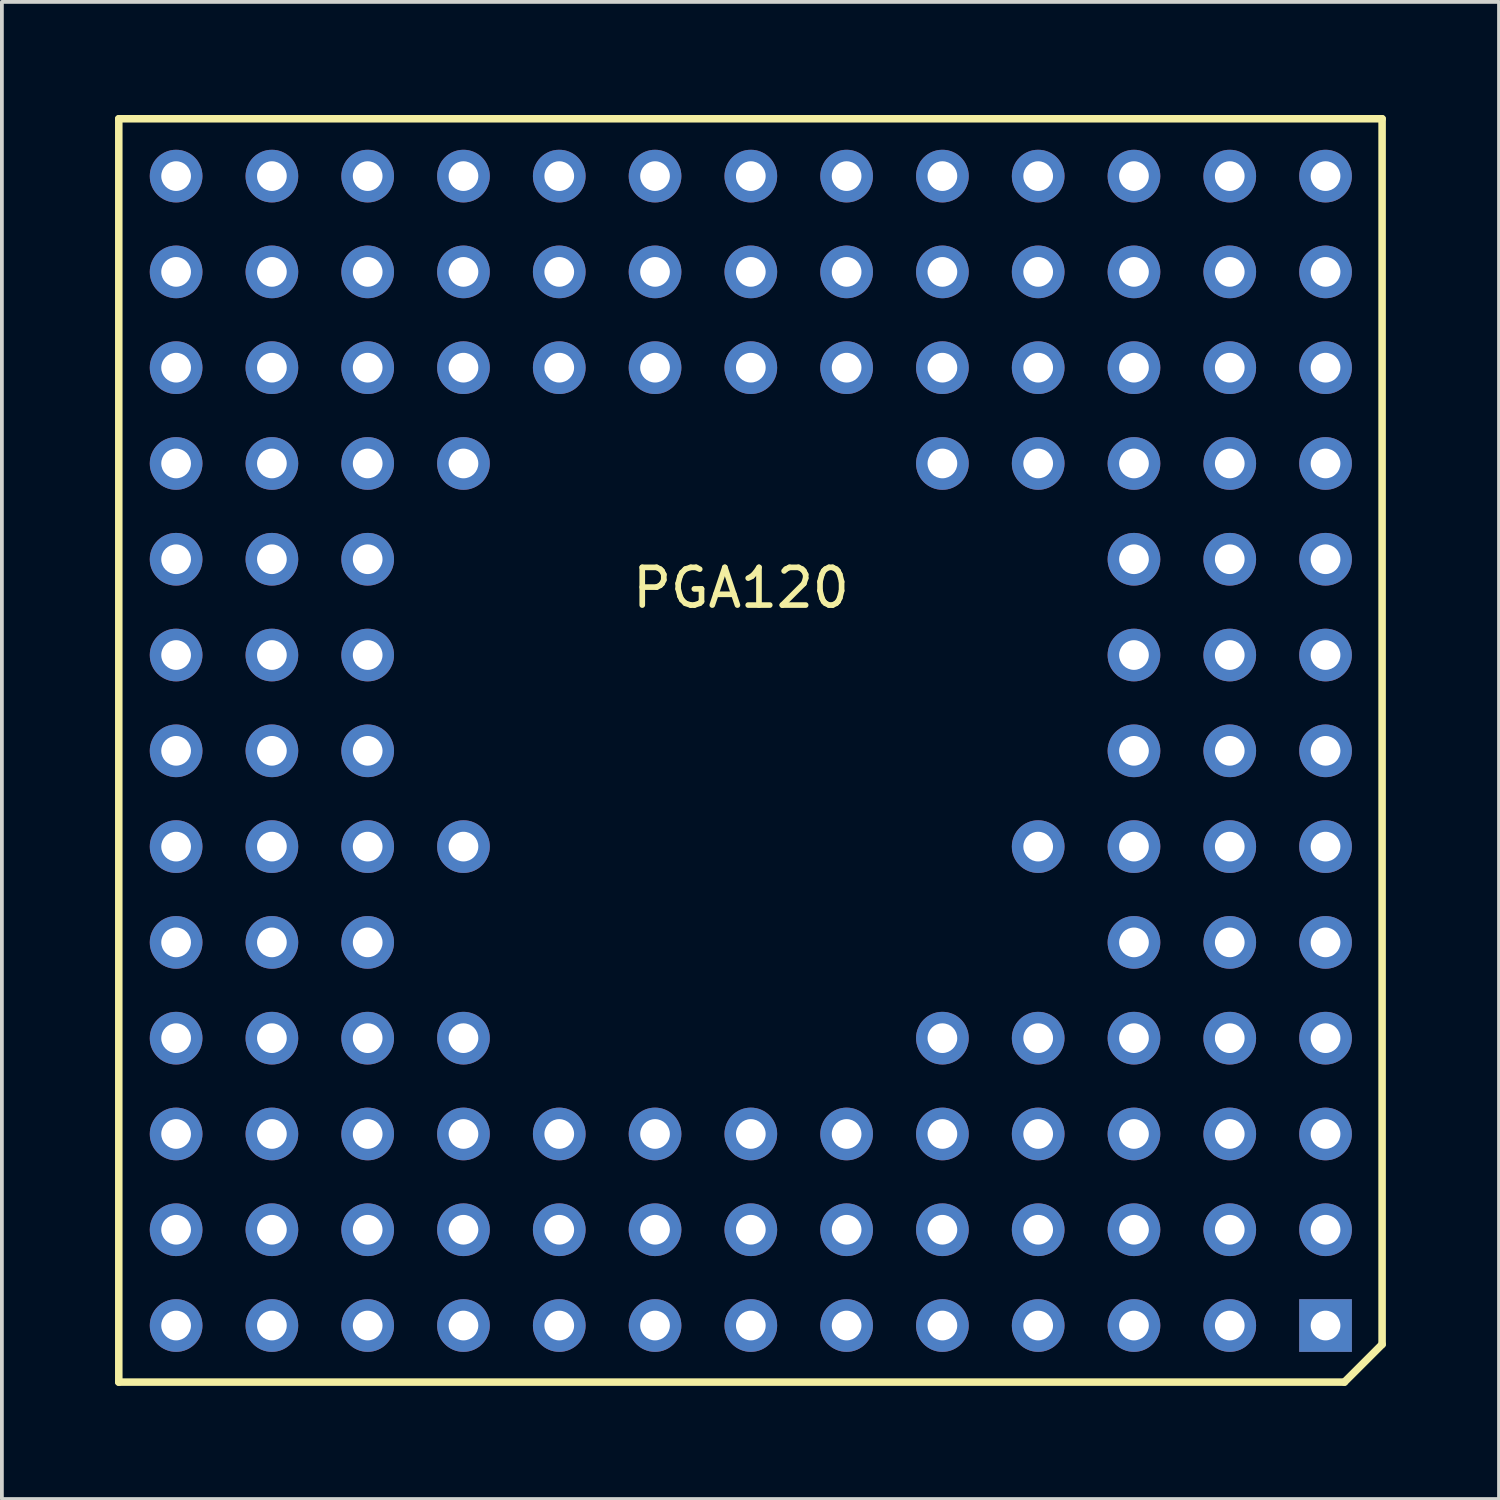
<source format=kicad_pcb>
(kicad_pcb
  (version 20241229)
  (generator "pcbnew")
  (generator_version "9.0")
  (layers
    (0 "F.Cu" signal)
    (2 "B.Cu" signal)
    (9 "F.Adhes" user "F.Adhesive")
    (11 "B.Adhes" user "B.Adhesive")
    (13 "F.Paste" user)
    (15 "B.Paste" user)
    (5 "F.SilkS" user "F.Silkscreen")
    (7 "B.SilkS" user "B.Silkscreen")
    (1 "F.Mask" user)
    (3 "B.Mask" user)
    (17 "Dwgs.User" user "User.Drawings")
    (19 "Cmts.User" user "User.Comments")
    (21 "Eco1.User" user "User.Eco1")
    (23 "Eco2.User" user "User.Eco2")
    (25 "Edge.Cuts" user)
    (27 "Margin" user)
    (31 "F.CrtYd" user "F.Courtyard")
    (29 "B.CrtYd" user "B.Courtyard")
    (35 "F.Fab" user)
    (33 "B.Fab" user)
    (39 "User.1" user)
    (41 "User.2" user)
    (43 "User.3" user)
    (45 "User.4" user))
  (footprint "PGA120"
    (layer "F.Cu")
    (at 16.6 16.35)
    (property "Reference" "PGA120" (at 0 -3.81 0) (layer "F.SilkS") (effects (font (size 1 1) (thickness 0.15))))
    (attr through_hole)
    (fp_line (start -16.5 -16.25) (end -16.5 17.25) (stroke (width 0.2) (type solid)) (layer "F.SilkS"))
    (fp_line (start -16.5 17.25) (end 16 17.25) (stroke (width 0.2) (type solid)) (layer "F.SilkS"))
    (fp_line (start 16 17.25) (end 17 16.25) (stroke (width 0.2) (type solid)) (layer "F.SilkS"))
    (fp_line (start 17 -16.25) (end -16.5 -16.25) (stroke (width 0.2) (type solid)) (layer "F.SilkS"))
    (fp_line (start 17 16.25) (end 17 -16.25) (stroke (width 0.2) (type solid)) (layer "F.SilkS"))
    (pad "A1" thru_hole rect (at 15.5 15.75 180) (size 1.397 1.397) (drill 0.787) (layers "*.Cu" "*.Mask"))
    (pad "A2" thru_hole circle (at 12.96 15.75 180) (size 1.397 1.397) (drill 0.787) (layers "*.Cu" "*.Mask"))
    (pad "A3" thru_hole circle (at 10.42 15.75 180) (size 1.397 1.397) (drill 0.787) (layers "*.Cu" "*.Mask"))
    (pad "A4" thru_hole circle (at 7.88 15.75 180) (size 1.397 1.397) (drill 0.787) (layers "*.Cu" "*.Mask"))
    (pad "A5" thru_hole circle (at 5.34 15.75 180) (size 1.397 1.397) (drill 0.787) (layers "*.Cu" "*.Mask"))
    (pad "A6" thru_hole circle (at 2.8 15.75 180) (size 1.397 1.397) (drill 0.787) (layers "*.Cu" "*.Mask"))
    (pad "A7" thru_hole circle (at 0.26 15.75 180) (size 1.397 1.397) (drill 0.787) (layers "*.Cu" "*.Mask"))
    (pad "A8" thru_hole circle (at -2.28 15.75 180) (size 1.397 1.397) (drill 0.787) (layers "*.Cu" "*.Mask"))
    (pad "A9" thru_hole circle (at -4.82 15.75 180) (size 1.397 1.397) (drill 0.787) (layers "*.Cu" "*.Mask"))
    (pad "A10" thru_hole circle (at -7.36 15.75 180) (size 1.397 1.397) (drill 0.787) (layers "*.Cu" "*.Mask"))
    (pad "A11" thru_hole circle (at -9.9 15.75 180) (size 1.397 1.397) (drill 0.787) (layers "*.Cu" "*.Mask"))
    (pad "A12" thru_hole circle (at -12.44 15.75 180) (size 1.397 1.397) (drill 0.787) (layers "*.Cu" "*.Mask"))
    (pad "A13" thru_hole circle (at -14.98 15.75 180) (size 1.397 1.397) (drill 0.787) (layers "*.Cu" "*.Mask"))
    (pad "B1" thru_hole circle (at 15.5 13.21 180) (size 1.397 1.397) (drill 0.787) (layers "*.Cu" "*.Mask"))
    (pad "B2" thru_hole circle (at 12.96 13.21 180) (size 1.397 1.397) (drill 0.787) (layers "*.Cu" "*.Mask"))
    (pad "B3" thru_hole circle (at 10.42 13.21 180) (size 1.397 1.397) (drill 0.787) (layers "*.Cu" "*.Mask"))
    (pad "B4" thru_hole circle (at 7.88 13.21 180) (size 1.397 1.397) (drill 0.787) (layers "*.Cu" "*.Mask"))
    (pad "B5" thru_hole circle (at 5.34 13.21 180) (size 1.397 1.397) (drill 0.787) (layers "*.Cu" "*.Mask"))
    (pad "B6" thru_hole circle (at 2.8 13.21 180) (size 1.397 1.397) (drill 0.787) (layers "*.Cu" "*.Mask"))
    (pad "B7" thru_hole circle (at 0.26 13.21 180) (size 1.397 1.397) (drill 0.787) (layers "*.Cu" "*.Mask"))
    (pad "B8" thru_hole circle (at -2.28 13.21 180) (size 1.397 1.397) (drill 0.787) (layers "*.Cu" "*.Mask"))
    (pad "B9" thru_hole circle (at -4.82 13.21 180) (size 1.397 1.397) (drill 0.787) (layers "*.Cu" "*.Mask"))
    (pad "B10" thru_hole circle (at -7.36 13.21 180) (size 1.397 1.397) (drill 0.787) (layers "*.Cu" "*.Mask"))
    (pad "B11" thru_hole circle (at -9.9 13.21 180) (size 1.397 1.397) (drill 0.787) (layers "*.Cu" "*.Mask"))
    (pad "B12" thru_hole circle (at -12.44 13.21 180) (size 1.397 1.397) (drill 0.787) (layers "*.Cu" "*.Mask"))
    (pad "B13" thru_hole circle (at -14.98 13.21 180) (size 1.397 1.397) (drill 0.787) (layers "*.Cu" "*.Mask"))
    (pad "C1" thru_hole circle (at 15.5 10.67 180) (size 1.397 1.397) (drill 0.787) (layers "*.Cu" "*.Mask"))
    (pad "C2" thru_hole circle (at 12.96 10.67 180) (size 1.397 1.397) (drill 0.787) (layers "*.Cu" "*.Mask"))
    (pad "C3" thru_hole circle (at 10.42 10.67 180) (size 1.397 1.397) (drill 0.787) (layers "*.Cu" "*.Mask"))
    (pad "C4" thru_hole circle (at 7.88 10.67 180) (size 1.397 1.397) (drill 0.787) (layers "*.Cu" "*.Mask"))
    (pad "C5" thru_hole circle (at 5.34 10.67 180) (size 1.397 1.397) (drill 0.787) (layers "*.Cu" "*.Mask"))
    (pad "C6" thru_hole circle (at 2.8 10.67 180) (size 1.397 1.397) (drill 0.787) (layers "*.Cu" "*.Mask"))
    (pad "C7" thru_hole circle (at 0.26 10.67 180) (size 1.397 1.397) (drill 0.787) (layers "*.Cu" "*.Mask"))
    (pad "C8" thru_hole circle (at -2.28 10.67 180) (size 1.397 1.397) (drill 0.787) (layers "*.Cu" "*.Mask"))
    (pad "C9" thru_hole circle (at -4.82 10.67 180) (size 1.397 1.397) (drill 0.787) (layers "*.Cu" "*.Mask"))
    (pad "C10" thru_hole circle (at -7.36 10.67 180) (size 1.397 1.397) (drill 0.787) (layers "*.Cu" "*.Mask"))
    (pad "C11" thru_hole circle (at -9.9 10.67 180) (size 1.397 1.397) (drill 0.787) (layers "*.Cu" "*.Mask"))
    (pad "C12" thru_hole circle (at -12.44 10.67 180) (size 1.397 1.397) (drill 0.787) (layers "*.Cu" "*.Mask"))
    (pad "C13" thru_hole circle (at -14.98 10.67 180) (size 1.397 1.397) (drill 0.787) (layers "*.Cu" "*.Mask"))
    (pad "D1" thru_hole circle (at 15.5 8.13 180) (size 1.397 1.397) (drill 0.787) (layers "*.Cu" "*.Mask"))
    (pad "D2" thru_hole circle (at 12.96 8.13 180) (size 1.397 1.397) (drill 0.787) (layers "*.Cu" "*.Mask"))
    (pad "D3" thru_hole circle (at 10.42 8.13 180) (size 1.397 1.397) (drill 0.787) (layers "*.Cu" "*.Mask"))
    (pad "D4" thru_hole circle (at 7.88 8.13 180) (size 1.397 1.397) (drill 0.787) (layers "*.Cu" "*.Mask"))
    (pad "D5" thru_hole circle (at 5.34 8.13 180) (size 1.397 1.397) (drill 0.787) (layers "*.Cu" "*.Mask"))
    (pad "D10" thru_hole circle (at -7.36 8.13 180) (size 1.397 1.397) (drill 0.787) (layers "*.Cu" "*.Mask"))
    (pad "D11" thru_hole circle (at -9.9 8.13 180) (size 1.397 1.397) (drill 0.787) (layers "*.Cu" "*.Mask"))
    (pad "D12" thru_hole circle (at -12.44 8.13 180) (size 1.397 1.397) (drill 0.787) (layers "*.Cu" "*.Mask"))
    (pad "D13" thru_hole circle (at -14.98 8.13 180) (size 1.397 1.397) (drill 0.787) (layers "*.Cu" "*.Mask"))
    (pad "E1" thru_hole circle (at 15.5 5.59 180) (size 1.397 1.397) (drill 0.787) (layers "*.Cu" "*.Mask"))
    (pad "E2" thru_hole circle (at 12.96 5.59 180) (size 1.397 1.397) (drill 0.787) (layers "*.Cu" "*.Mask"))
    (pad "E3" thru_hole circle (at 10.42 5.59 180) (size 1.397 1.397) (drill 0.787) (layers "*.Cu" "*.Mask"))
    (pad "E11" thru_hole circle (at -9.9 5.59 180) (size 1.397 1.397) (drill 0.787) (layers "*.Cu" "*.Mask"))
    (pad "E12" thru_hole circle (at -12.44 5.59 180) (size 1.397 1.397) (drill 0.787) (layers "*.Cu" "*.Mask"))
    (pad "E13" thru_hole circle (at -14.98 5.59 180) (size 1.397 1.397) (drill 0.787) (layers "*.Cu" "*.Mask"))
    (pad "F1" thru_hole circle (at 15.5 3.05 180) (size 1.397 1.397) (drill 0.787) (layers "*.Cu" "*.Mask"))
    (pad "F2" thru_hole circle (at 12.96 3.05 180) (size 1.397 1.397) (drill 0.787) (layers "*.Cu" "*.Mask"))
    (pad "F3" thru_hole circle (at 10.42 3.05 180) (size 1.397 1.397) (drill 0.787) (layers "*.Cu" "*.Mask"))
    (pad "F4" thru_hole circle (at 7.88 3.05 180) (size 1.397 1.397) (drill 0.787) (layers "*.Cu" "*.Mask"))
    (pad "F10" thru_hole circle (at -7.36 3.05 180) (size 1.397 1.397) (drill 0.787) (layers "*.Cu" "*.Mask"))
    (pad "F11" thru_hole circle (at -9.9 3.05 180) (size 1.397 1.397) (drill 0.787) (layers "*.Cu" "*.Mask"))
    (pad "F12" thru_hole circle (at -12.44 3.05 180) (size 1.397 1.397) (drill 0.787) (layers "*.Cu" "*.Mask"))
    (pad "F13" thru_hole circle (at -14.98 3.05 180) (size 1.397 1.397) (drill 0.787) (layers "*.Cu" "*.Mask"))
    (pad "G1" thru_hole circle (at 15.5 0.51 180) (size 1.397 1.397) (drill 0.787) (layers "*.Cu" "*.Mask"))
    (pad "G2" thru_hole circle (at 12.96 0.51 180) (size 1.397 1.397) (drill 0.787) (layers "*.Cu" "*.Mask"))
    (pad "G3" thru_hole circle (at 10.42 0.51 180) (size 1.397 1.397) (drill 0.787) (layers "*.Cu" "*.Mask"))
    (pad "G11" thru_hole circle (at -9.9 0.51 180) (size 1.397 1.397) (drill 0.787) (layers "*.Cu" "*.Mask"))
    (pad "G12" thru_hole circle (at -12.44 0.51 180) (size 1.397 1.397) (drill 0.787) (layers "*.Cu" "*.Mask"))
    (pad "G13" thru_hole circle (at -14.98 0.51 180) (size 1.397 1.397) (drill 0.787) (layers "*.Cu" "*.Mask"))
    (pad "H1" thru_hole circle (at 15.5 -2.03 180) (size 1.397 1.397) (drill 0.787) (layers "*.Cu" "*.Mask"))
    (pad "H2" thru_hole circle (at 12.96 -2.03 180) (size 1.397 1.397) (drill 0.787) (layers "*.Cu" "*.Mask"))
    (pad "H3" thru_hole circle (at 10.42 -2.03 180) (size 1.397 1.397) (drill 0.787) (layers "*.Cu" "*.Mask"))
    (pad "H11" thru_hole circle (at -9.9 -2.03 180) (size 1.397 1.397) (drill 0.787) (layers "*.Cu" "*.Mask"))
    (pad "H12" thru_hole circle (at -12.44 -2.03 180) (size 1.397 1.397) (drill 0.787) (layers "*.Cu" "*.Mask"))
    (pad "H13" thru_hole circle (at -14.98 -2.03 180) (size 1.397 1.397) (drill 0.787) (layers "*.Cu" "*.Mask"))
    (pad "J1" thru_hole circle (at 15.5 -4.57 180) (size 1.397 1.397) (drill 0.787) (layers "*.Cu" "*.Mask"))
    (pad "J2" thru_hole circle (at 12.96 -4.57 180) (size 1.397 1.397) (drill 0.787) (layers "*.Cu" "*.Mask"))
    (pad "J3" thru_hole circle (at 10.42 -4.57 180) (size 1.397 1.397) (drill 0.787) (layers "*.Cu" "*.Mask"))
    (pad "J11" thru_hole circle (at -9.9 -4.57 180) (size 1.397 1.397) (drill 0.787) (layers "*.Cu" "*.Mask"))
    (pad "J12" thru_hole circle (at -12.44 -4.57 180) (size 1.397 1.397) (drill 0.787) (layers "*.Cu" "*.Mask"))
    (pad "J13" thru_hole circle (at -14.98 -4.57 180) (size 1.397 1.397) (drill 0.787) (layers "*.Cu" "*.Mask"))
    (pad "K1" thru_hole circle (at 15.5 -7.11 180) (size 1.397 1.397) (drill 0.787) (layers "*.Cu" "*.Mask"))
    (pad "K2" thru_hole circle (at 12.96 -7.11 180) (size 1.397 1.397) (drill 0.787) (layers "*.Cu" "*.Mask"))
    (pad "K3" thru_hole circle (at 10.42 -7.11 180) (size 1.397 1.397) (drill 0.787) (layers "*.Cu" "*.Mask"))
    (pad "K4" thru_hole circle (at 7.88 -7.11 180) (size 1.397 1.397) (drill 0.787) (layers "*.Cu" "*.Mask"))
    (pad "K5" thru_hole circle (at 5.34 -7.11 180) (size 1.397 1.397) (drill 0.787) (layers "*.Cu" "*.Mask"))
    (pad "K10" thru_hole circle (at -7.36 -7.11 180) (size 1.397 1.397) (drill 0.787) (layers "*.Cu" "*.Mask"))
    (pad "K11" thru_hole circle (at -9.9 -7.11 180) (size 1.397 1.397) (drill 0.787) (layers "*.Cu" "*.Mask"))
    (pad "K12" thru_hole circle (at -12.44 -7.11 180) (size 1.397 1.397) (drill 0.787) (layers "*.Cu" "*.Mask"))
    (pad "K13" thru_hole circle (at -14.98 -7.11 180) (size 1.397 1.397) (drill 0.787) (layers "*.Cu" "*.Mask"))
    (pad "L1" thru_hole circle (at 15.5 -9.65 180) (size 1.397 1.397) (drill 0.787) (layers "*.Cu" "*.Mask"))
    (pad "L2" thru_hole circle (at 12.96 -9.65 180) (size 1.397 1.397) (drill 0.787) (layers "*.Cu" "*.Mask"))
    (pad "L3" thru_hole circle (at 10.42 -9.65 180) (size 1.397 1.397) (drill 0.787) (layers "*.Cu" "*.Mask"))
    (pad "L4" thru_hole circle (at 7.88 -9.65 180) (size 1.397 1.397) (drill 0.787) (layers "*.Cu" "*.Mask"))
    (pad "L5" thru_hole circle (at 5.34 -9.65 180) (size 1.397 1.397) (drill 0.787) (layers "*.Cu" "*.Mask"))
    (pad "L6" thru_hole circle (at 2.8 -9.65 180) (size 1.397 1.397) (drill 0.787) (layers "*.Cu" "*.Mask"))
    (pad "L7" thru_hole circle (at 0.26 -9.65 180) (size 1.397 1.397) (drill 0.787) (layers "*.Cu" "*.Mask"))
    (pad "L8" thru_hole circle (at -2.28 -9.65 180) (size 1.397 1.397) (drill 0.787) (layers "*.Cu" "*.Mask"))
    (pad "L9" thru_hole circle (at -4.82 -9.65 180) (size 1.397 1.397) (drill 0.787) (layers "*.Cu" "*.Mask"))
    (pad "L10" thru_hole circle (at -7.36 -9.65 180) (size 1.397 1.397) (drill 0.787) (layers "*.Cu" "*.Mask"))
    (pad "L11" thru_hole circle (at -9.9 -9.65 180) (size 1.397 1.397) (drill 0.787) (layers "*.Cu" "*.Mask"))
    (pad "L12" thru_hole circle (at -12.44 -9.65 180) (size 1.397 1.397) (drill 0.787) (layers "*.Cu" "*.Mask"))
    (pad "L13" thru_hole circle (at -14.98 -9.65 180) (size 1.397 1.397) (drill 0.787) (layers "*.Cu" "*.Mask"))
    (pad "M1" thru_hole circle (at 15.5 -12.19 180) (size 1.397 1.397) (drill 0.787) (layers "*.Cu" "*.Mask"))
    (pad "M2" thru_hole circle (at 12.96 -12.19 180) (size 1.397 1.397) (drill 0.787) (layers "*.Cu" "*.Mask"))
    (pad "M3" thru_hole circle (at 10.42 -12.19 180) (size 1.397 1.397) (drill 0.787) (layers "*.Cu" "*.Mask"))
    (pad "M4" thru_hole circle (at 7.88 -12.19 180) (size 1.397 1.397) (drill 0.787) (layers "*.Cu" "*.Mask"))
    (pad "M5" thru_hole circle (at 5.34 -12.19 180) (size 1.397 1.397) (drill 0.787) (layers "*.Cu" "*.Mask"))
    (pad "M6" thru_hole circle (at 2.8 -12.19 180) (size 1.397 1.397) (drill 0.787) (layers "*.Cu" "*.Mask"))
    (pad "M7" thru_hole circle (at 0.26 -12.19 180) (size 1.397 1.397) (drill 0.787) (layers "*.Cu" "*.Mask"))
    (pad "M8" thru_hole circle (at -2.28 -12.19 180) (size 1.397 1.397) (drill 0.787) (layers "*.Cu" "*.Mask"))
    (pad "M9" thru_hole circle (at -4.82 -12.19 180) (size 1.397 1.397) (drill 0.787) (layers "*.Cu" "*.Mask"))
    (pad "M10" thru_hole circle (at -7.36 -12.19 180) (size 1.397 1.397) (drill 0.787) (layers "*.Cu" "*.Mask"))
    (pad "M11" thru_hole circle (at -9.9 -12.19 180) (size 1.397 1.397) (drill 0.787) (layers "*.Cu" "*.Mask"))
    (pad "M12" thru_hole circle (at -12.44 -12.19 180) (size 1.397 1.397) (drill 0.787) (layers "*.Cu" "*.Mask"))
    (pad "M13" thru_hole circle (at -14.98 -12.19 180) (size 1.397 1.397) (drill 0.787) (layers "*.Cu" "*.Mask"))
    (pad "N1" thru_hole circle (at 15.5 -14.73 180) (size 1.397 1.397) (drill 0.787) (layers "*.Cu" "*.Mask"))
    (pad "N2" thru_hole circle (at 12.96 -14.73 180) (size 1.397 1.397) (drill 0.787) (layers "*.Cu" "*.Mask"))
    (pad "N3" thru_hole circle (at 10.42 -14.73 180) (size 1.397 1.397) (drill 0.787) (layers "*.Cu" "*.Mask"))
    (pad "N4" thru_hole circle (at 7.88 -14.73 180) (size 1.397 1.397) (drill 0.787) (layers "*.Cu" "*.Mask"))
    (pad "N5" thru_hole circle (at 5.34 -14.73 180) (size 1.397 1.397) (drill 0.787) (layers "*.Cu" "*.Mask"))
    (pad "N6" thru_hole circle (at 2.8 -14.73 180) (size 1.397 1.397) (drill 0.787) (layers "*.Cu" "*.Mask"))
    (pad "N7" thru_hole circle (at 0.26 -14.73 180) (size 1.397 1.397) (drill 0.787) (layers "*.Cu" "*.Mask"))
    (pad "N8" thru_hole circle (at -2.28 -14.73 180) (size 1.397 1.397) (drill 0.787) (layers "*.Cu" "*.Mask"))
    (pad "N9" thru_hole circle (at -4.82 -14.73 180) (size 1.397 1.397) (drill 0.787) (layers "*.Cu" "*.Mask"))
    (pad "N10" thru_hole circle (at -7.36 -14.73 180) (size 1.397 1.397) (drill 0.787) (layers "*.Cu" "*.Mask"))
    (pad "N11" thru_hole circle (at -9.9 -14.73 180) (size 1.397 1.397) (drill 0.787) (layers "*.Cu" "*.Mask"))
    (pad "N12" thru_hole circle (at -12.44 -14.73 180) (size 1.397 1.397) (drill 0.787) (layers "*.Cu" "*.Mask"))
    (pad "N13" thru_hole circle (at -14.98 -14.73 180) (size 1.397 1.397) (drill 0.787) (layers "*.Cu" "*.Mask")))
  (gr_rect
    (start -3 -3)
    (end 36.7 36.7)
    (stroke (width 0.1) (type default))
    (fill no)
    (layer "Edge.Cuts")))
</source>
